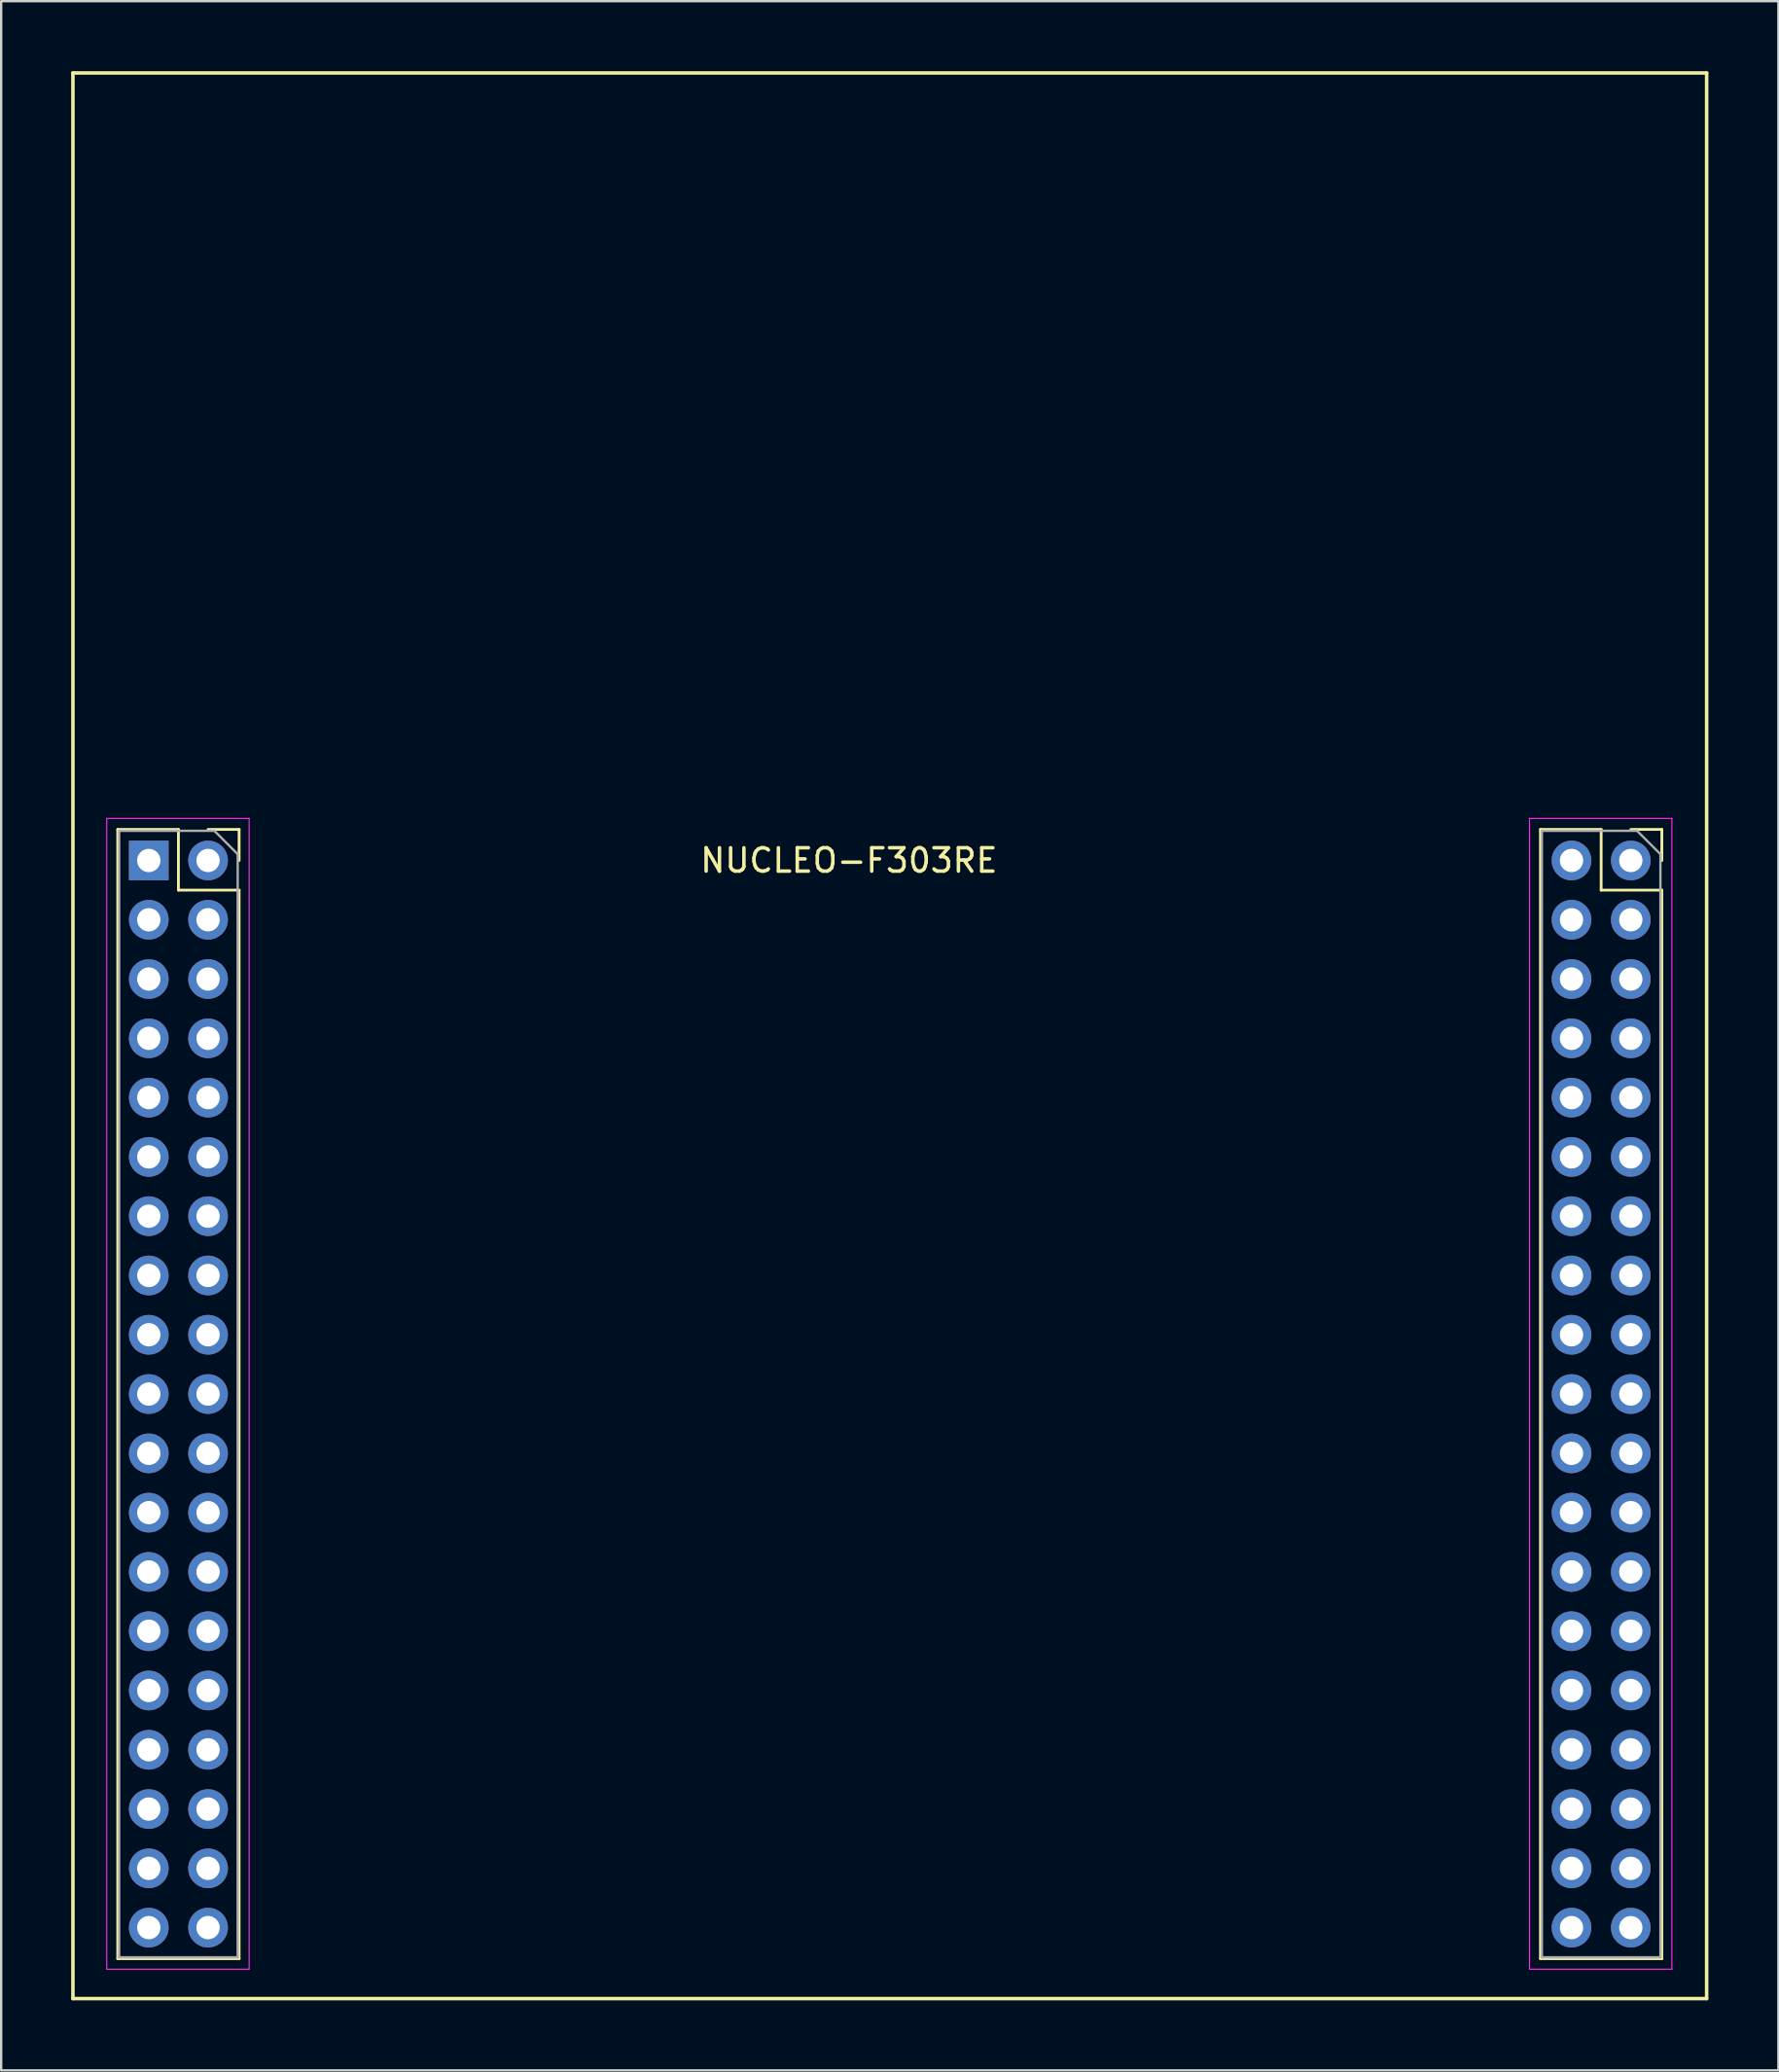
<source format=kicad_pcb>
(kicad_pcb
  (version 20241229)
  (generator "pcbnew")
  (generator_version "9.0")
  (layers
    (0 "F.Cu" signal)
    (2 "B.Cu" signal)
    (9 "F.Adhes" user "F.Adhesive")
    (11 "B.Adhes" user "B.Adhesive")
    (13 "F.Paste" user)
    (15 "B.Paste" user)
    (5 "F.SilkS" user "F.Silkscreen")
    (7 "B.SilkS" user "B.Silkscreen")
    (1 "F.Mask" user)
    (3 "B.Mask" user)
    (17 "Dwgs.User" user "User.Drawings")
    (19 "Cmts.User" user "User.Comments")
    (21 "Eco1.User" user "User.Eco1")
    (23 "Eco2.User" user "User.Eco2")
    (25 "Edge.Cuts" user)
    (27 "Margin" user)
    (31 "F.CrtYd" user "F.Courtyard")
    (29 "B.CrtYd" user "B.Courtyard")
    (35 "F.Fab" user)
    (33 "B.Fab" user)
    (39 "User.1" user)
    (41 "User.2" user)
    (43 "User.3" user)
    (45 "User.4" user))
  (footprint "NUCLEO-F303RE"
    (layer "F.Cu")
    (at 3.325 33.815)
    (property "Reference" "NUCLEO-F303RE" (at 30 0 0) (layer "F.SilkS") (effects (font (size 1 1) (thickness 0.15))))
    (attr through_hole)
    (fp_line (start -3.25 -33.74) (end -3.25 48.76) (stroke (width 0.15) (type solid)) (layer "F.SilkS"))
    (fp_line (start -3.25 48.76) (end 66.75 48.76) (stroke (width 0.15) (type solid)) (layer "F.SilkS"))
    (fp_line (start -1.33 -1.33) (end -1.33 47.05) (stroke (width 0.12) (type solid)) (layer "F.SilkS"))
    (fp_line (start -1.33 -1.33) (end 1.27 -1.33) (stroke (width 0.12) (type solid)) (layer "F.SilkS"))
    (fp_line (start -1.33 47.05) (end 3.87 47.05) (stroke (width 0.12) (type solid)) (layer "F.SilkS"))
    (fp_line (start 1.27 -1.33) (end 1.27 1.27) (stroke (width 0.12) (type solid)) (layer "F.SilkS"))
    (fp_line (start 1.27 1.27) (end 3.87 1.27) (stroke (width 0.12) (type solid)) (layer "F.SilkS"))
    (fp_line (start 2.54 -1.33) (end 3.87 -1.33) (stroke (width 0.12) (type solid)) (layer "F.SilkS"))
    (fp_line (start 3.87 -1.33) (end 3.87 0) (stroke (width 0.12) (type solid)) (layer "F.SilkS"))
    (fp_line (start 3.87 1.27) (end 3.87 47.05) (stroke (width 0.12) (type solid)) (layer "F.SilkS"))
    (fp_line (start 59.63 -1.33) (end 59.63 47.05) (stroke (width 0.12) (type solid)) (layer "F.SilkS"))
    (fp_line (start 59.63 -1.33) (end 62.23 -1.33) (stroke (width 0.12) (type solid)) (layer "F.SilkS"))
    (fp_line (start 59.63 47.05) (end 64.83 47.05) (stroke (width 0.12) (type solid)) (layer "F.SilkS"))
    (fp_line (start 62.23 -1.33) (end 62.23 1.27) (stroke (width 0.12) (type solid)) (layer "F.SilkS"))
    (fp_line (start 62.23 1.27) (end 64.83 1.27) (stroke (width 0.12) (type solid)) (layer "F.SilkS"))
    (fp_line (start 63.5 -1.33) (end 64.83 -1.33) (stroke (width 0.12) (type solid)) (layer "F.SilkS"))
    (fp_line (start 64.83 -1.33) (end 64.83 0) (stroke (width 0.12) (type solid)) (layer "F.SilkS"))
    (fp_line (start 64.83 1.27) (end 64.83 47.05) (stroke (width 0.12) (type solid)) (layer "F.SilkS"))
    (fp_line (start 66.75 -33.74) (end -3.25 -33.74) (stroke (width 0.15) (type solid)) (layer "F.SilkS"))
    (fp_line (start 66.75 48.76) (end 66.75 -33.74) (stroke (width 0.15) (type solid)) (layer "F.SilkS"))
    (fp_line (start -1.8 -1.8) (end 4.3 -1.8) (stroke (width 0.05) (type solid)) (layer "F.CrtYd"))
    (fp_line (start -1.8 47.5) (end -1.8 -1.8) (stroke (width 0.05) (type solid)) (layer "F.CrtYd"))
    (fp_line (start 4.3 -1.8) (end 4.3 47.5) (stroke (width 0.05) (type solid)) (layer "F.CrtYd"))
    (fp_line (start 4.3 47.5) (end -1.8 47.5) (stroke (width 0.05) (type solid)) (layer "F.CrtYd"))
    (fp_line (start 59.16 -1.8) (end 65.26 -1.8) (stroke (width 0.05) (type solid)) (layer "F.CrtYd"))
    (fp_line (start 59.16 47.5) (end 59.16 -1.8) (stroke (width 0.05) (type solid)) (layer "F.CrtYd"))
    (fp_line (start 65.26 -1.8) (end 65.26 47.5) (stroke (width 0.05) (type solid)) (layer "F.CrtYd"))
    (fp_line (start 65.26 47.5) (end 59.16 47.5) (stroke (width 0.05) (type solid)) (layer "F.CrtYd"))
    (fp_line (start -1.27 -1.27) (end 2.81 -1.27) (stroke (width 0.1) (type solid)) (layer "F.Fab"))
    (fp_line (start -1.27 46.99) (end -1.27 -1.27) (stroke (width 0.1) (type solid)) (layer "F.Fab"))
    (fp_line (start 2.81 -1.27) (end 3.81 -0.27) (stroke (width 0.1) (type solid)) (layer "F.Fab"))
    (fp_line (start 3.81 -0.27) (end 3.81 46.99) (stroke (width 0.1) (type solid)) (layer "F.Fab"))
    (fp_line (start 3.81 46.99) (end -1.27 46.99) (stroke (width 0.1) (type solid)) (layer "F.Fab"))
    (fp_line (start 59.69 -1.27) (end 63.77 -1.27) (stroke (width 0.1) (type solid)) (layer "F.Fab"))
    (fp_line (start 59.69 46.99) (end 59.69 -1.27) (stroke (width 0.1) (type solid)) (layer "F.Fab"))
    (fp_line (start 63.77 -1.27) (end 64.77 -0.27) (stroke (width 0.1) (type solid)) (layer "F.Fab"))
    (fp_line (start 64.77 -0.27) (end 64.77 46.99) (stroke (width 0.1) (type solid)) (layer "F.Fab"))
    (fp_line (start 64.77 46.99) (end 59.69 46.99) (stroke (width 0.1) (type solid)) (layer "F.Fab"))
    (pad "1" thru_hole rect (at 0 0) (size 1.7 1.7) (drill 1) (layers "*.Cu" "*.Mask"))
    (pad "2" thru_hole oval (at 0 2.54) (size 1.7 1.7) (drill 1) (layers "*.Cu" "*.Mask"))
    (pad "3" thru_hole oval (at 0 5.08) (size 1.7 1.7) (drill 1) (layers "*.Cu" "*.Mask"))
    (pad "4" thru_hole oval (at 0 7.62) (size 1.7 1.7) (drill 1) (layers "*.Cu" "*.Mask"))
    (pad "5" thru_hole oval (at 0 10.16) (size 1.7 1.7) (drill 1) (layers "*.Cu" "*.Mask"))
    (pad "6" thru_hole oval (at 0 12.7) (size 1.7 1.7) (drill 1) (layers "*.Cu" "*.Mask"))
    (pad "7" thru_hole oval (at 0 15.24) (size 1.7 1.7) (drill 1) (layers "*.Cu" "*.Mask"))
    (pad "8" thru_hole oval (at 0 17.78) (size 1.7 1.7) (drill 1) (layers "*.Cu" "*.Mask"))
    (pad "9" thru_hole oval (at 0 20.32) (size 1.7 1.7) (drill 1) (layers "*.Cu" "*.Mask"))
    (pad "10" thru_hole oval (at 0 22.86) (size 1.7 1.7) (drill 1) (layers "*.Cu" "*.Mask"))
    (pad "11" thru_hole oval (at 0 25.4) (size 1.7 1.7) (drill 1) (layers "*.Cu" "*.Mask"))
    (pad "12" thru_hole oval (at 0 27.94) (size 1.7 1.7) (drill 1) (layers "*.Cu" "*.Mask"))
    (pad "13" thru_hole oval (at 0 30.48) (size 1.7 1.7) (drill 1) (layers "*.Cu" "*.Mask"))
    (pad "14" thru_hole oval (at 0 33.02) (size 1.7 1.7) (drill 1) (layers "*.Cu" "*.Mask"))
    (pad "15" thru_hole oval (at 0 35.56) (size 1.7 1.7) (drill 1) (layers "*.Cu" "*.Mask"))
    (pad "16" thru_hole oval (at 0 38.1) (size 1.7 1.7) (drill 1) (layers "*.Cu" "*.Mask"))
    (pad "17" thru_hole oval (at 0 40.64) (size 1.7 1.7) (drill 1) (layers "*.Cu" "*.Mask"))
    (pad "18" thru_hole oval (at 0 43.18) (size 1.7 1.7) (drill 1) (layers "*.Cu" "*.Mask"))
    (pad "19" thru_hole oval (at 0 45.72) (size 1.7 1.7) (drill 1) (layers "*.Cu" "*.Mask"))
    (pad "20" thru_hole circle (at 2.54 0) (size 1.7 1.7) (drill 1) (layers "*.Cu" "*.Mask"))
    (pad "21" thru_hole oval (at 2.54 2.54) (size 1.7 1.7) (drill 1) (layers "*.Cu" "*.Mask"))
    (pad "22" thru_hole oval (at 2.54 5.08) (size 1.7 1.7) (drill 1) (layers "*.Cu" "*.Mask"))
    (pad "23" thru_hole oval (at 2.54 7.62) (size 1.7 1.7) (drill 1) (layers "*.Cu" "*.Mask"))
    (pad "24" thru_hole oval (at 2.54 10.16) (size 1.7 1.7) (drill 1) (layers "*.Cu" "*.Mask"))
    (pad "25" thru_hole oval (at 2.54 12.7) (size 1.7 1.7) (drill 1) (layers "*.Cu" "*.Mask"))
    (pad "26" thru_hole oval (at 2.54 15.24) (size 1.7 1.7) (drill 1) (layers "*.Cu" "*.Mask"))
    (pad "27" thru_hole oval (at 2.54 17.78) (size 1.7 1.7) (drill 1) (layers "*.Cu" "*.Mask"))
    (pad "28" thru_hole oval (at 2.54 20.32) (size 1.7 1.7) (drill 1) (layers "*.Cu" "*.Mask"))
    (pad "29" thru_hole oval (at 2.54 22.86) (size 1.7 1.7) (drill 1) (layers "*.Cu" "*.Mask"))
    (pad "30" thru_hole oval (at 2.54 25.4) (size 1.7 1.7) (drill 1) (layers "*.Cu" "*.Mask"))
    (pad "31" thru_hole oval (at 2.54 27.94) (size 1.7 1.7) (drill 1) (layers "*.Cu" "*.Mask"))
    (pad "32" thru_hole oval (at 2.54 30.48) (size 1.7 1.7) (drill 1) (layers "*.Cu" "*.Mask"))
    (pad "33" thru_hole oval (at 2.54 33.02) (size 1.7 1.7) (drill 1) (layers "*.Cu" "*.Mask"))
    (pad "34" thru_hole oval (at 2.54 35.56) (size 1.7 1.7) (drill 1) (layers "*.Cu" "*.Mask"))
    (pad "35" thru_hole oval (at 2.54 38.1) (size 1.7 1.7) (drill 1) (layers "*.Cu" "*.Mask"))
    (pad "36" thru_hole oval (at 2.54 40.64) (size 1.7 1.7) (drill 1) (layers "*.Cu" "*.Mask"))
    (pad "37" thru_hole oval (at 2.54 43.18) (size 1.7 1.7) (drill 1) (layers "*.Cu" "*.Mask"))
    (pad "38" thru_hole oval (at 2.54 45.72) (size 1.7 1.7) (drill 1) (layers "*.Cu" "*.Mask"))
    (pad "39" thru_hole oval (at 60.96 0) (size 1.7 1.7) (drill 1) (layers "*.Cu" "*.Mask"))
    (pad "40" thru_hole oval (at 60.96 2.54) (size 1.7 1.7) (drill 1) (layers "*.Cu" "*.Mask"))
    (pad "41" thru_hole oval (at 60.96 5.08) (size 1.7 1.7) (drill 1) (layers "*.Cu" "*.Mask"))
    (pad "42" thru_hole oval (at 60.96 7.62) (size 1.7 1.7) (drill 1) (layers "*.Cu" "*.Mask"))
    (pad "43" thru_hole oval (at 60.96 10.16) (size 1.7 1.7) (drill 1) (layers "*.Cu" "*.Mask"))
    (pad "44" thru_hole oval (at 60.96 12.7) (size 1.7 1.7) (drill 1) (layers "*.Cu" "*.Mask"))
    (pad "45" thru_hole oval (at 60.96 15.24) (size 1.7 1.7) (drill 1) (layers "*.Cu" "*.Mask"))
    (pad "46" thru_hole oval (at 60.96 17.78) (size 1.7 1.7) (drill 1) (layers "*.Cu" "*.Mask"))
    (pad "47" thru_hole oval (at 60.96 20.32) (size 1.7 1.7) (drill 1) (layers "*.Cu" "*.Mask"))
    (pad "48" thru_hole oval (at 60.96 22.86) (size 1.7 1.7) (drill 1) (layers "*.Cu" "*.Mask"))
    (pad "49" thru_hole oval (at 60.96 25.4) (size 1.7 1.7) (drill 1) (layers "*.Cu" "*.Mask"))
    (pad "50" thru_hole oval (at 60.96 27.94) (size 1.7 1.7) (drill 1) (layers "*.Cu" "*.Mask"))
    (pad "51" thru_hole oval (at 60.96 30.48) (size 1.7 1.7) (drill 1) (layers "*.Cu" "*.Mask"))
    (pad "52" thru_hole oval (at 60.96 33.02) (size 1.7 1.7) (drill 1) (layers "*.Cu" "*.Mask"))
    (pad "53" thru_hole oval (at 60.96 35.56) (size 1.7 1.7) (drill 1) (layers "*.Cu" "*.Mask"))
    (pad "54" thru_hole oval (at 60.96 38.1) (size 1.7 1.7) (drill 1) (layers "*.Cu" "*.Mask"))
    (pad "55" thru_hole oval (at 60.96 40.64) (size 1.7 1.7) (drill 1) (layers "*.Cu" "*.Mask"))
    (pad "56" thru_hole oval (at 60.96 43.18) (size 1.7 1.7) (drill 1) (layers "*.Cu" "*.Mask"))
    (pad "57" thru_hole oval (at 60.96 45.72) (size 1.7 1.7) (drill 1) (layers "*.Cu" "*.Mask"))
    (pad "58" thru_hole circle (at 63.5 0) (size 1.7 1.7) (drill 1) (layers "*.Cu" "*.Mask"))
    (pad "59" thru_hole oval (at 63.5 2.54) (size 1.7 1.7) (drill 1) (layers "*.Cu" "*.Mask"))
    (pad "60" thru_hole oval (at 63.5 5.08) (size 1.7 1.7) (drill 1) (layers "*.Cu" "*.Mask"))
    (pad "61" thru_hole oval (at 63.5 7.62) (size 1.7 1.7) (drill 1) (layers "*.Cu" "*.Mask"))
    (pad "62" thru_hole oval (at 63.5 10.16) (size 1.7 1.7) (drill 1) (layers "*.Cu" "*.Mask"))
    (pad "63" thru_hole oval (at 63.5 12.7) (size 1.7 1.7) (drill 1) (layers "*.Cu" "*.Mask"))
    (pad "64" thru_hole oval (at 63.5 15.24) (size 1.7 1.7) (drill 1) (layers "*.Cu" "*.Mask"))
    (pad "65" thru_hole oval (at 63.5 17.78) (size 1.7 1.7) (drill 1) (layers "*.Cu" "*.Mask"))
    (pad "66" thru_hole oval (at 63.5 20.32) (size 1.7 1.7) (drill 1) (layers "*.Cu" "*.Mask"))
    (pad "67" thru_hole oval (at 63.5 22.86) (size 1.7 1.7) (drill 1) (layers "*.Cu" "*.Mask"))
    (pad "68" thru_hole oval (at 63.5 25.4) (size 1.7 1.7) (drill 1) (layers "*.Cu" "*.Mask"))
    (pad "69" thru_hole oval (at 63.5 27.94) (size 1.7 1.7) (drill 1) (layers "*.Cu" "*.Mask"))
    (pad "70" thru_hole oval (at 63.5 30.48) (size 1.7 1.7) (drill 1) (layers "*.Cu" "*.Mask"))
    (pad "71" thru_hole oval (at 63.5 33.02) (size 1.7 1.7) (drill 1) (layers "*.Cu" "*.Mask"))
    (pad "72" thru_hole oval (at 63.5 35.56) (size 1.7 1.7) (drill 1) (layers "*.Cu" "*.Mask"))
    (pad "73" thru_hole oval (at 63.5 38.1) (size 1.7 1.7) (drill 1) (layers "*.Cu" "*.Mask"))
    (pad "74" thru_hole oval (at 63.5 40.64) (size 1.7 1.7) (drill 1) (layers "*.Cu" "*.Mask"))
    (pad "75" thru_hole oval (at 63.5 43.18) (size 1.7 1.7) (drill 1) (layers "*.Cu" "*.Mask"))
    (pad "76" thru_hole oval (at 63.5 45.72) (size 1.7 1.7) (drill 1) (layers "*.Cu" "*.Mask")))
  (gr_rect
    (start -3 -3)
    (end 73.15 85.65)
    (stroke (width 0.1) (type default))
    (fill no)
    (layer "Edge.Cuts")))
</source>
